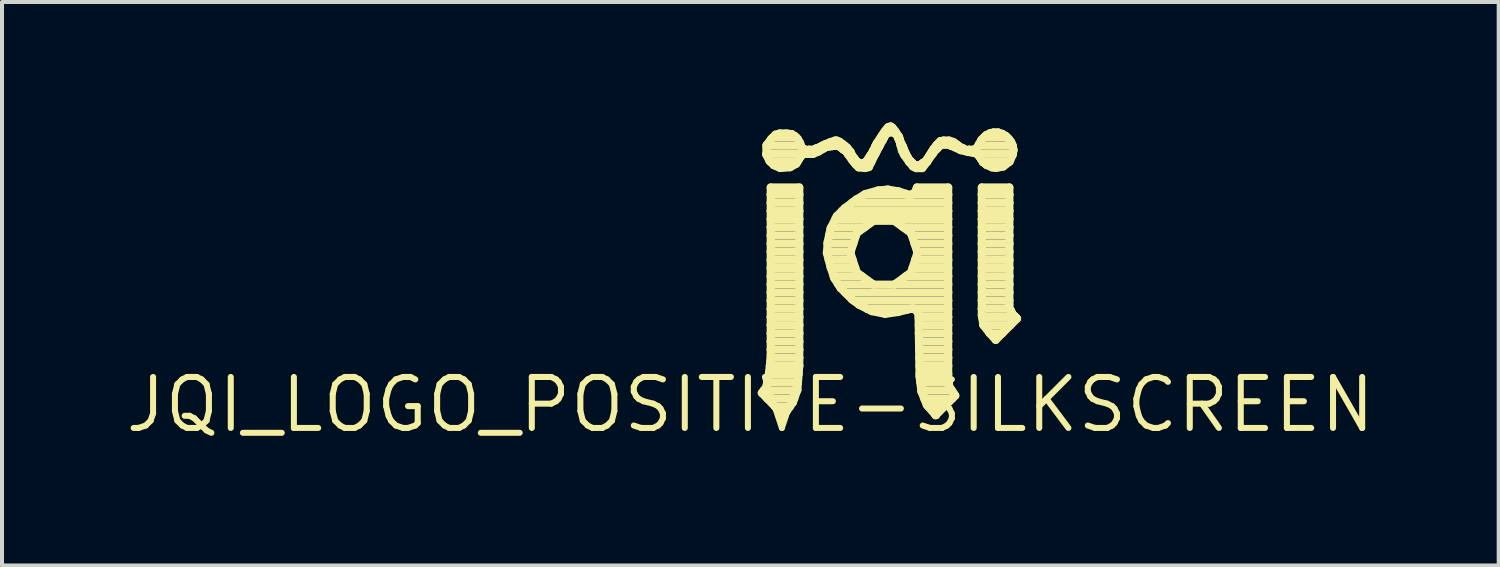
<source format=kicad_pcb>
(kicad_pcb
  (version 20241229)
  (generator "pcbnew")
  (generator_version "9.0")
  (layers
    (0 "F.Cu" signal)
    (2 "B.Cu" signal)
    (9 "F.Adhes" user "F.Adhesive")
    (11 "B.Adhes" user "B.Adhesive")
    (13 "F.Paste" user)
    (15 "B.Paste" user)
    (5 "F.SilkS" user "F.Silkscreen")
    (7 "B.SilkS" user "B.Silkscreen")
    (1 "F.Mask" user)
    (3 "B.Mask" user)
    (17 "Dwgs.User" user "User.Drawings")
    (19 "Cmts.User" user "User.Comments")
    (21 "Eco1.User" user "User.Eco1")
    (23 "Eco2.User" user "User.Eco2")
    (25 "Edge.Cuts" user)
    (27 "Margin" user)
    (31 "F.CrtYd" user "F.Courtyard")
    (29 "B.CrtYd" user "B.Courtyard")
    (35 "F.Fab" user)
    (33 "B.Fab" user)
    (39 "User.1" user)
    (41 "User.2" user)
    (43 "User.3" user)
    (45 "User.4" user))
  (footprint "JQI_LOGO_POSITIVE-SILKSCREEN"
    (layer "F.Cu")
    (at 15.64 7.03)
    (property "Reference" "JQI_LOGO_POSITIVE-SILKSCREEN" (at 0 0 0) (unlocked yes) (layer "F.SilkS") (effects (font (size 1.27 1.27) (thickness 0.15))))
    (fp_line (start 0.286 -0.292) (end 0.35 -0.374) (stroke (width 0.203) (type solid)) (layer "F.SilkS"))
    (fp_line (start 0.335 -0.356) (end 1.167 -0.356) (stroke (width 0.203) (type solid)) (layer "F.SilkS"))
    (fp_line (start 0.35 -0.374) (end 0.386 -0.398) (stroke (width 0.203) (type solid)) (layer "F.SilkS"))
    (fp_line (start 0.386 -0.398) (end 0.394 -0.43) (stroke (width 0.203) (type solid)) (layer "F.SilkS"))
    (fp_line (start 0.394 -0.43) (end 0.414 -0.457) (stroke (width 0.203) (type solid)) (layer "F.SilkS"))
    (fp_line (start 0.4 -6.242) (end 0.404 -6.245) (stroke (width 0.203) (type solid)) (layer "F.SilkS"))
    (fp_line (start 0.402 -6.222) (end 0.4 -6.242) (stroke (width 0.203) (type solid)) (layer "F.SilkS"))
    (fp_line (start 0.404 -6.245) (end 0.404 -6.248) (stroke (width 0.203) (type solid)) (layer "F.SilkS"))
    (fp_line (start 0.404 -6.248) (end 0.406 -6.251) (stroke (width 0.203) (type solid)) (layer "F.SilkS"))
    (fp_line (start 0.404 -6.248) (end 1.377 -6.248) (stroke (width 0.203) (type solid)) (layer "F.SilkS"))
    (fp_line (start 0.406 -6.468) (end 0.516 -6.614) (stroke (width 0.203) (type solid)) (layer "F.SilkS"))
    (fp_line (start 0.406 -6.452) (end 0.406 -6.468) (stroke (width 0.203) (type solid)) (layer "F.SilkS"))
    (fp_line (start 0.406 -6.452) (end 1.247 -6.452) (stroke (width 0.203) (type solid)) (layer "F.SilkS"))
    (fp_line (start 0.406 -6.395) (end 0.406 -6.452) (stroke (width 0.203) (type solid)) (layer "F.SilkS"))
    (fp_line (start 0.406 -6.322) (end 0.409 -6.392) (stroke (width 0.203) (type solid)) (layer "F.SilkS"))
    (fp_line (start 0.406 -6.251) (end 0.406 -6.322) (stroke (width 0.203) (type solid)) (layer "F.SilkS"))
    (fp_line (start 0.409 -6.392) (end 0.406 -6.395) (stroke (width 0.203) (type solid)) (layer "F.SilkS"))
    (fp_line (start 0.409 -0.499) (end 0.439 -0.636) (stroke (width 0.203) (type solid)) (layer "F.SilkS"))
    (fp_line (start 0.414 -0.457) (end 0.409 -0.499) (stroke (width 0.203) (type solid)) (layer "F.SilkS"))
    (fp_line (start 0.421 -0.152) (end 1.094 -0.152) (stroke (width 0.203) (type solid)) (layer "F.SilkS"))
    (fp_line (start 0.422 -0.559) (end 1.186 -0.559) (stroke (width 0.203) (type solid)) (layer "F.SilkS"))
    (fp_line (start 0.439 -0.636) (end 0.447 -0.643) (stroke (width 0.203) (type solid)) (layer "F.SilkS"))
    (fp_line (start 0.447 -0.643) (end 0.455 -0.707) (stroke (width 0.203) (type solid)) (layer "F.SilkS"))
    (fp_line (start 0.455 -0.707) (end 0.469 -0.77) (stroke (width 0.203) (type solid)) (layer "F.SilkS"))
    (fp_line (start 0.463 -0.779) (end 0.5 -1.086) (stroke (width 0.203) (type solid)) (layer "F.SilkS"))
    (fp_line (start 0.467 -0.762) (end 1.202 -0.762) (stroke (width 0.203) (type solid)) (layer "F.SilkS"))
    (fp_line (start 0.469 -0.77) (end 0.463 -0.779) (stroke (width 0.203) (type solid)) (layer "F.SilkS"))
    (fp_line (start 0.476 -6.074) (end 0.402 -6.222) (stroke (width 0.203) (type solid)) (layer "F.SilkS"))
    (fp_line (start 0.485 -0.965) (end 1.219 -0.965) (stroke (width 0.203) (type solid)) (layer "F.SilkS"))
    (fp_line (start 0.5 -1.086) (end 0.508 -1.095) (stroke (width 0.203) (type solid)) (layer "F.SilkS"))
    (fp_line (start 0.505 -6.045) (end 1.171 -6.045) (stroke (width 0.203) (type solid)) (layer "F.SilkS"))
    (fp_line (start 0.508 -5.41) (end 1.219 -5.41) (stroke (width 0.203) (type solid)) (layer "F.SilkS"))
    (fp_line (start 0.508 -5.232) (end 0.508 -5.41) (stroke (width 0.203) (type solid)) (layer "F.SilkS"))
    (fp_line (start 0.508 -5.232) (end 1.219 -5.232) (stroke (width 0.203) (type solid)) (layer "F.SilkS"))
    (fp_line (start 0.508 -5.029) (end 0.508 -5.232) (stroke (width 0.203) (type solid)) (layer "F.SilkS"))
    (fp_line (start 0.508 -5.029) (end 1.219 -5.029) (stroke (width 0.203) (type solid)) (layer "F.SilkS"))
    (fp_line (start 0.508 -4.826) (end 0.508 -5.029) (stroke (width 0.203) (type solid)) (layer "F.SilkS"))
    (fp_line (start 0.508 -4.826) (end 1.219 -4.826) (stroke (width 0.203) (type solid)) (layer "F.SilkS"))
    (fp_line (start 0.508 -4.623) (end 0.508 -4.826) (stroke (width 0.203) (type solid)) (layer "F.SilkS"))
    (fp_line (start 0.508 -4.623) (end 1.219 -4.623) (stroke (width 0.203) (type solid)) (layer "F.SilkS"))
    (fp_line (start 0.508 -4.42) (end 0.508 -4.623) (stroke (width 0.203) (type solid)) (layer "F.SilkS"))
    (fp_line (start 0.508 -4.42) (end 1.219 -4.42) (stroke (width 0.203) (type solid)) (layer "F.SilkS"))
    (fp_line (start 0.508 -4.216) (end 0.508 -4.42) (stroke (width 0.203) (type solid)) (layer "F.SilkS"))
    (fp_line (start 0.508 -4.216) (end 1.219 -4.216) (stroke (width 0.203) (type solid)) (layer "F.SilkS"))
    (fp_line (start 0.508 -4.013) (end 0.508 -4.216) (stroke (width 0.203) (type solid)) (layer "F.SilkS"))
    (fp_line (start 0.508 -4.013) (end 1.219 -4.013) (stroke (width 0.203) (type solid)) (layer "F.SilkS"))
    (fp_line (start 0.508 -3.81) (end 0.508 -4.013) (stroke (width 0.203) (type solid)) (layer "F.SilkS"))
    (fp_line (start 0.508 -3.81) (end 1.219 -3.81) (stroke (width 0.203) (type solid)) (layer "F.SilkS"))
    (fp_line (start 0.508 -3.607) (end 0.508 -3.81) (stroke (width 0.203) (type solid)) (layer "F.SilkS"))
    (fp_line (start 0.508 -3.607) (end 1.219 -3.607) (stroke (width 0.203) (type solid)) (layer "F.SilkS"))
    (fp_line (start 0.508 -3.404) (end 0.508 -3.607) (stroke (width 0.203) (type solid)) (layer "F.SilkS"))
    (fp_line (start 0.508 -3.404) (end 1.219 -3.404) (stroke (width 0.203) (type solid)) (layer "F.SilkS"))
    (fp_line (start 0.508 -3.2) (end 0.508 -3.404) (stroke (width 0.203) (type solid)) (layer "F.SilkS"))
    (fp_line (start 0.508 -3.2) (end 1.219 -3.2) (stroke (width 0.203) (type solid)) (layer "F.SilkS"))
    (fp_line (start 0.508 -2.997) (end 0.508 -3.2) (stroke (width 0.203) (type solid)) (layer "F.SilkS"))
    (fp_line (start 0.508 -2.997) (end 1.219 -2.997) (stroke (width 0.203) (type solid)) (layer "F.SilkS"))
    (fp_line (start 0.508 -2.794) (end 0.508 -2.997) (stroke (width 0.203) (type solid)) (layer "F.SilkS"))
    (fp_line (start 0.508 -2.794) (end 1.219 -2.794) (stroke (width 0.203) (type solid)) (layer "F.SilkS"))
    (fp_line (start 0.508 -2.591) (end 0.508 -2.794) (stroke (width 0.203) (type solid)) (layer "F.SilkS"))
    (fp_line (start 0.508 -2.591) (end 1.219 -2.591) (stroke (width 0.203) (type solid)) (layer "F.SilkS"))
    (fp_line (start 0.508 -2.388) (end 0.508 -2.591) (stroke (width 0.203) (type solid)) (layer "F.SilkS"))
    (fp_line (start 0.508 -2.388) (end 1.219 -2.388) (stroke (width 0.203) (type solid)) (layer "F.SilkS"))
    (fp_line (start 0.508 -2.184) (end 0.508 -2.388) (stroke (width 0.203) (type solid)) (layer "F.SilkS"))
    (fp_line (start 0.508 -2.184) (end 1.219 -2.184) (stroke (width 0.203) (type solid)) (layer "F.SilkS"))
    (fp_line (start 0.508 -1.981) (end 0.508 -2.184) (stroke (width 0.203) (type solid)) (layer "F.SilkS"))
    (fp_line (start 0.508 -1.981) (end 1.219 -1.981) (stroke (width 0.203) (type solid)) (layer "F.SilkS"))
    (fp_line (start 0.508 -1.778) (end 0.508 -1.981) (stroke (width 0.203) (type solid)) (layer "F.SilkS"))
    (fp_line (start 0.508 -1.778) (end 1.219 -1.778) (stroke (width 0.203) (type solid)) (layer "F.SilkS"))
    (fp_line (start 0.508 -1.575) (end 0.508 -1.778) (stroke (width 0.203) (type solid)) (layer "F.SilkS"))
    (fp_line (start 0.508 -1.575) (end 1.219 -1.575) (stroke (width 0.203) (type solid)) (layer "F.SilkS"))
    (fp_line (start 0.508 -1.372) (end 0.508 -1.575) (stroke (width 0.203) (type solid)) (layer "F.SilkS"))
    (fp_line (start 0.508 -1.372) (end 1.219 -1.372) (stroke (width 0.203) (type solid)) (layer "F.SilkS"))
    (fp_line (start 0.508 -1.23) (end 0.508 -1.372) (stroke (width 0.203) (type solid)) (layer "F.SilkS"))
    (fp_line (start 0.508 -1.158) (end 0.515 -1.221) (stroke (width 0.203) (type solid)) (layer "F.SilkS"))
    (fp_line (start 0.508 -1.095) (end 0.508 -1.158) (stroke (width 0.203) (type solid)) (layer "F.SilkS"))
    (fp_line (start 0.509 -1.168) (end 1.219 -1.168) (stroke (width 0.203) (type solid)) (layer "F.SilkS"))
    (fp_line (start 0.515 -1.221) (end 0.508 -1.23) (stroke (width 0.203) (type solid)) (layer "F.SilkS"))
    (fp_line (start 0.516 -6.614) (end 0.626 -6.725) (stroke (width 0.203) (type solid)) (layer "F.SilkS"))
    (fp_line (start 0.556 -6.655) (end 1.146 -6.655) (stroke (width 0.203) (type solid)) (layer "F.SilkS"))
    (fp_line (start 0.585 -5.966) (end 0.476 -6.074) (stroke (width 0.203) (type solid)) (layer "F.SilkS"))
    (fp_line (start 0.618 0.051) (end 0.984 0.051) (stroke (width 0.203) (type solid)) (layer "F.SilkS"))
    (fp_line (start 0.626 -6.725) (end 0.736 -6.756) (stroke (width 0.203) (type solid)) (layer "F.SilkS"))
    (fp_line (start 0.736 -6.756) (end 0.902 -6.756) (stroke (width 0.203) (type solid)) (layer "F.SilkS"))
    (fp_line (start 0.742 -5.896) (end 0.585 -5.966) (stroke (width 0.203) (type solid)) (layer "F.SilkS"))
    (fp_line (start 0.814 0.254) (end 0.824 0.254) (stroke (width 0.203) (type solid)) (layer "F.SilkS"))
    (fp_line (start 0.82 0.259) (end 0.286 -0.292) (stroke (width 0.203) (type solid)) (layer "F.SilkS"))
    (fp_line (start 0.902 -6.756) (end 1.032 -6.738) (stroke (width 0.203) (type solid)) (layer "F.SilkS"))
    (fp_line (start 0.902 0.168) (end 0.82 0.259) (stroke (width 0.203) (type solid)) (layer "F.SilkS"))
    (fp_line (start 0.989 -5.915) (end 0.742 -5.896) (stroke (width 0.203) (type solid)) (layer "F.SilkS"))
    (fp_line (start 1.032 -6.738) (end 1.109 -6.691) (stroke (width 0.203) (type solid)) (layer "F.SilkS"))
    (fp_line (start 1.06 -0.057) (end 0.902 0.168) (stroke (width 0.203) (type solid)) (layer "F.SilkS"))
    (fp_line (start 1.109 -6.691) (end 1.146 -6.655) (stroke (width 0.203) (type solid)) (layer "F.SilkS"))
    (fp_line (start 1.143 -6) (end 0.989 -5.915) (stroke (width 0.203) (type solid)) (layer "F.SilkS"))
    (fp_line (start 1.146 -6.655) (end 1.18 -6.621) (stroke (width 0.203) (type solid)) (layer "F.SilkS"))
    (fp_line (start 1.171 -0.368) (end 1.06 -0.057) (stroke (width 0.203) (type solid)) (layer "F.SilkS"))
    (fp_line (start 1.18 -6.621) (end 1.234 -6.529) (stroke (width 0.203) (type solid)) (layer "F.SilkS"))
    (fp_line (start 1.219 -6.144) (end 1.219 -6.122) (stroke (width 0.203) (type solid)) (layer "F.SilkS"))
    (fp_line (start 1.219 -6.122) (end 1.143 -6) (stroke (width 0.203) (type solid)) (layer "F.SilkS"))
    (fp_line (start 1.219 -5.41) (end 1.219 -5.232) (stroke (width 0.203) (type solid)) (layer "F.SilkS"))
    (fp_line (start 1.219 -5.232) (end 1.219 -5.029) (stroke (width 0.203) (type solid)) (layer "F.SilkS"))
    (fp_line (start 1.219 -5.029) (end 1.219 -4.826) (stroke (width 0.203) (type solid)) (layer "F.SilkS"))
    (fp_line (start 1.219 -4.826) (end 1.219 -4.623) (stroke (width 0.203) (type solid)) (layer "F.SilkS"))
    (fp_line (start 1.219 -4.623) (end 1.219 -4.42) (stroke (width 0.203) (type solid)) (layer "F.SilkS"))
    (fp_line (start 1.219 -4.42) (end 1.219 -4.216) (stroke (width 0.203) (type solid)) (layer "F.SilkS"))
    (fp_line (start 1.219 -4.216) (end 1.219 -4.013) (stroke (width 0.203) (type solid)) (layer "F.SilkS"))
    (fp_line (start 1.219 -4.013) (end 1.219 -3.81) (stroke (width 0.203) (type solid)) (layer "F.SilkS"))
    (fp_line (start 1.219 -3.81) (end 1.219 -3.607) (stroke (width 0.203) (type solid)) (layer "F.SilkS"))
    (fp_line (start 1.219 -3.607) (end 1.219 -3.404) (stroke (width 0.203) (type solid)) (layer "F.SilkS"))
    (fp_line (start 1.219 -3.404) (end 1.219 -3.2) (stroke (width 0.203) (type solid)) (layer "F.SilkS"))
    (fp_line (start 1.219 -3.2) (end 1.219 -2.997) (stroke (width 0.203) (type solid)) (layer "F.SilkS"))
    (fp_line (start 1.219 -2.997) (end 1.219 -2.794) (stroke (width 0.203) (type solid)) (layer "F.SilkS"))
    (fp_line (start 1.219 -2.794) (end 1.219 -2.591) (stroke (width 0.203) (type solid)) (layer "F.SilkS"))
    (fp_line (start 1.219 -2.591) (end 1.219 -2.388) (stroke (width 0.203) (type solid)) (layer "F.SilkS"))
    (fp_line (start 1.219 -2.388) (end 1.219 -2.184) (stroke (width 0.203) (type solid)) (layer "F.SilkS"))
    (fp_line (start 1.219 -2.184) (end 1.219 -1.981) (stroke (width 0.203) (type solid)) (layer "F.SilkS"))
    (fp_line (start 1.219 -1.981) (end 1.219 -1.778) (stroke (width 0.203) (type solid)) (layer "F.SilkS"))
    (fp_line (start 1.219 -1.778) (end 1.219 -1.575) (stroke (width 0.203) (type solid)) (layer "F.SilkS"))
    (fp_line (start 1.219 -1.575) (end 1.219 -1.372) (stroke (width 0.203) (type solid)) (layer "F.SilkS"))
    (fp_line (start 1.219 -1.372) (end 1.219 -1.168) (stroke (width 0.203) (type solid)) (layer "F.SilkS"))
    (fp_line (start 1.219 -1.168) (end 1.219 -0.972) (stroke (width 0.203) (type solid)) (layer "F.SilkS"))
    (fp_line (start 1.219 -0.972) (end 1.171 -0.368) (stroke (width 0.203) (type solid)) (layer "F.SilkS"))
    (fp_line (start 1.234 -6.529) (end 1.245 -6.499) (stroke (width 0.203) (type solid)) (layer "F.SilkS"))
    (fp_line (start 1.245 -6.499) (end 1.245 -6.454) (stroke (width 0.203) (type solid)) (layer "F.SilkS"))
    (fp_line (start 1.245 -6.454) (end 1.267 -6.432) (stroke (width 0.203) (type solid)) (layer "F.SilkS"))
    (fp_line (start 1.257 -6.182) (end 1.219 -6.144) (stroke (width 0.203) (type solid)) (layer "F.SilkS"))
    (fp_line (start 1.267 -6.432) (end 1.277 -6.402) (stroke (width 0.203) (type solid)) (layer "F.SilkS"))
    (fp_line (start 1.277 -6.402) (end 1.317 -6.382) (stroke (width 0.203) (type solid)) (layer "F.SilkS"))
    (fp_line (start 1.285 -6.227) (end 1.257 -6.182) (stroke (width 0.203) (type solid)) (layer "F.SilkS"))
    (fp_line (start 1.307 -6.232) (end 1.285 -6.227) (stroke (width 0.203) (type solid)) (layer "F.SilkS"))
    (fp_line (start 1.317 -6.382) (end 1.349 -6.35) (stroke (width 0.203) (type solid)) (layer "F.SilkS"))
    (fp_line (start 1.323 -6.248) (end 1.307 -6.232) (stroke (width 0.203) (type solid)) (layer "F.SilkS"))
    (fp_line (start 1.349 -6.35) (end 1.38 -6.35) (stroke (width 0.203) (type solid)) (layer "F.SilkS"))
    (fp_line (start 1.377 -6.248) (end 1.323 -6.248) (stroke (width 0.203) (type solid)) (layer "F.SilkS"))
    (fp_line (start 1.38 -6.35) (end 1.409 -6.336) (stroke (width 0.203) (type solid)) (layer "F.SilkS"))
    (fp_line (start 1.409 -6.336) (end 1.451 -6.35) (stroke (width 0.203) (type solid)) (layer "F.SilkS"))
    (fp_line (start 1.429 -6.26) (end 1.377 -6.248) (stroke (width 0.203) (type solid)) (layer "F.SilkS"))
    (fp_line (start 1.448 -6.248) (end 1.429 -6.26) (stroke (width 0.203) (type solid)) (layer "F.SilkS"))
    (fp_line (start 1.448 -6.248) (end 1.564 -6.248) (stroke (width 0.203) (type solid)) (layer "F.SilkS"))
    (fp_line (start 1.451 -6.35) (end 1.488 -6.35) (stroke (width 0.203) (type solid)) (layer "F.SilkS"))
    (fp_line (start 1.488 -6.35) (end 1.522 -6.335) (stroke (width 0.203) (type solid)) (layer "F.SilkS"))
    (fp_line (start 1.522 -6.335) (end 1.558 -6.35) (stroke (width 0.203) (type solid)) (layer "F.SilkS"))
    (fp_line (start 1.558 -6.35) (end 1.598 -6.35) (stroke (width 0.203) (type solid)) (layer "F.SilkS"))
    (fp_line (start 1.598 -6.35) (end 1.624 -6.376) (stroke (width 0.203) (type solid)) (layer "F.SilkS"))
    (fp_line (start 1.624 -6.376) (end 1.657 -6.389) (stroke (width 0.203) (type solid)) (layer "F.SilkS"))
    (fp_line (start 1.657 -6.389) (end 1.665 -6.387) (stroke (width 0.203) (type solid)) (layer "F.SilkS"))
    (fp_line (start 1.665 -6.387) (end 1.724 -6.416) (stroke (width 0.203) (type solid)) (layer "F.SilkS"))
    (fp_line (start 1.699 -6.306) (end 1.564 -6.248) (stroke (width 0.203) (type solid)) (layer "F.SilkS"))
    (fp_line (start 1.724 -6.416) (end 1.785 -6.441) (stroke (width 0.203) (type solid)) (layer "F.SilkS"))
    (fp_line (start 1.785 -6.441) (end 1.789 -6.449) (stroke (width 0.203) (type solid)) (layer "F.SilkS"))
    (fp_line (start 1.789 -6.449) (end 1.876 -6.492) (stroke (width 0.203) (type solid)) (layer "F.SilkS"))
    (fp_line (start 1.795 -6.452) (end 2.121 -6.452) (stroke (width 0.203) (type solid)) (layer "F.SilkS"))
    (fp_line (start 1.836 -6.385) (end 1.699 -6.306) (stroke (width 0.203) (type solid)) (layer "F.SilkS"))
    (fp_line (start 1.858 -6.414) (end 1.836 -6.385) (stroke (width 0.203) (type solid)) (layer "F.SilkS"))
    (fp_line (start 1.876 -6.492) (end 1.992 -6.539) (stroke (width 0.203) (type solid)) (layer "F.SilkS"))
    (fp_line (start 1.897 -6.42) (end 1.858 -6.414) (stroke (width 0.203) (type solid)) (layer "F.SilkS"))
    (fp_line (start 1.907 -3.776) (end 1.925 -4.013) (stroke (width 0.203) (type solid)) (layer "F.SilkS"))
    (fp_line (start 1.909 -3.81) (end 2.499 -3.81) (stroke (width 0.203) (type solid)) (layer "F.SilkS"))
    (fp_line (start 1.925 -4.013) (end 1.929 -4.064) (stroke (width 0.203) (type solid)) (layer "F.SilkS"))
    (fp_line (start 1.925 -4.013) (end 2.565 -4.013) (stroke (width 0.203) (type solid)) (layer "F.SilkS"))
    (fp_line (start 1.929 -4.064) (end 1.998 -4.386) (stroke (width 0.203) (type solid)) (layer "F.SilkS"))
    (fp_line (start 1.931 -6.439) (end 1.897 -6.42) (stroke (width 0.203) (type solid)) (layer "F.SilkS"))
    (fp_line (start 1.952 -3.607) (end 2.548 -3.607) (stroke (width 0.203) (type solid)) (layer "F.SilkS"))
    (fp_line (start 1.962 -4.216) (end 2.631 -4.216) (stroke (width 0.203) (type solid)) (layer "F.SilkS"))
    (fp_line (start 1.967 -6.43) (end 1.931 -6.439) (stroke (width 0.203) (type solid)) (layer "F.SilkS"))
    (fp_line (start 1.992 -6.539) (end 2.112 -6.579) (stroke (width 0.203) (type solid)) (layer "F.SilkS"))
    (fp_line (start 1.998 -4.386) (end 2.153 -4.695) (stroke (width 0.203) (type solid)) (layer "F.SilkS"))
    (fp_line (start 1.999 -3.429) (end 1.907 -3.776) (stroke (width 0.203) (type solid)) (layer "F.SilkS"))
    (fp_line (start 2.008 -3.404) (end 2.615 -3.404) (stroke (width 0.203) (type solid)) (layer "F.SilkS"))
    (fp_line (start 2.015 -4.42) (end 2.848 -4.42) (stroke (width 0.203) (type solid)) (layer "F.SilkS"))
    (fp_line (start 2.039 -6.44) (end 1.967 -6.43) (stroke (width 0.203) (type solid)) (layer "F.SilkS"))
    (fp_line (start 2.041 -6.442) (end 2.039 -6.44) (stroke (width 0.203) (type solid)) (layer "F.SilkS"))
    (fp_line (start 2.075 -3.2) (end 2.778 -3.2) (stroke (width 0.203) (type solid)) (layer "F.SilkS"))
    (fp_line (start 2.092 -3.15) (end 1.999 -3.429) (stroke (width 0.203) (type solid)) (layer "F.SilkS"))
    (fp_line (start 2.111 -6.45) (end 2.041 -6.442) (stroke (width 0.203) (type solid)) (layer "F.SilkS"))
    (fp_line (start 2.112 -6.579) (end 2.15 -6.579) (stroke (width 0.203) (type solid)) (layer "F.SilkS"))
    (fp_line (start 2.116 -4.623) (end 4.928 -4.623) (stroke (width 0.203) (type solid)) (layer "F.SilkS"))
    (fp_line (start 2.15 -6.579) (end 2.224 -6.549) (stroke (width 0.203) (type solid)) (layer "F.SilkS"))
    (fp_line (start 2.153 -4.695) (end 2.352 -4.894) (stroke (width 0.203) (type solid)) (layer "F.SilkS"))
    (fp_line (start 2.181 -6.46) (end 2.111 -6.45) (stroke (width 0.203) (type solid)) (layer "F.SilkS"))
    (fp_line (start 2.184 -6.458) (end 2.181 -6.46) (stroke (width 0.203) (type solid)) (layer "F.SilkS"))
    (fp_line (start 2.187 -6.459) (end 2.184 -6.458) (stroke (width 0.203) (type solid)) (layer "F.SilkS"))
    (fp_line (start 2.19 -2.997) (end 3.057 -2.997) (stroke (width 0.203) (type solid)) (layer "F.SilkS"))
    (fp_line (start 2.196 -6.452) (end 2.351 -6.452) (stroke (width 0.203) (type solid)) (layer "F.SilkS"))
    (fp_line (start 2.224 -6.549) (end 2.304 -6.489) (stroke (width 0.203) (type solid)) (layer "F.SilkS"))
    (fp_line (start 2.243 -6.414) (end 2.187 -6.459) (stroke (width 0.203) (type solid)) (layer "F.SilkS"))
    (fp_line (start 2.248 -2.906) (end 2.092 -3.15) (stroke (width 0.203) (type solid)) (layer "F.SilkS"))
    (fp_line (start 2.283 -4.826) (end 4.928 -4.826) (stroke (width 0.203) (type solid)) (layer "F.SilkS"))
    (fp_line (start 2.299 -6.372) (end 2.243 -6.414) (stroke (width 0.203) (type solid)) (layer "F.SilkS"))
    (fp_line (start 2.3 -6.369) (end 2.299 -6.372) (stroke (width 0.203) (type solid)) (layer "F.SilkS"))
    (fp_line (start 2.304 -6.489) (end 2.413 -6.401) (stroke (width 0.203) (type solid)) (layer "F.SilkS"))
    (fp_line (start 2.336 -6.34) (end 2.3 -6.369) (stroke (width 0.203) (type solid)) (layer "F.SilkS"))
    (fp_line (start 2.352 -4.894) (end 2.639 -5.11) (stroke (width 0.203) (type solid)) (layer "F.SilkS"))
    (fp_line (start 2.36 -2.794) (end 4.928 -2.794) (stroke (width 0.203) (type solid)) (layer "F.SilkS"))
    (fp_line (start 2.362 -6.335) (end 2.336 -6.34) (stroke (width 0.203) (type solid)) (layer "F.SilkS"))
    (fp_line (start 2.391 -6.296) (end 2.362 -6.335) (stroke (width 0.203) (type solid)) (layer "F.SilkS"))
    (fp_line (start 2.413 -6.401) (end 2.491 -6.304) (stroke (width 0.203) (type solid)) (layer "F.SilkS"))
    (fp_line (start 2.429 -6.265) (end 2.391 -6.296) (stroke (width 0.203) (type solid)) (layer "F.SilkS"))
    (fp_line (start 2.431 -6.248) (end 2.508 -6.248) (stroke (width 0.203) (type solid)) (layer "F.SilkS"))
    (fp_line (start 2.432 -6.238) (end 2.429 -6.265) (stroke (width 0.203) (type solid)) (layer "F.SilkS"))
    (fp_line (start 2.491 -3.785) (end 2.651 -3.293) (stroke (width 0.203) (type solid)) (layer "F.SilkS"))
    (fp_line (start 2.491 -6.304) (end 2.509 -6.269) (stroke (width 0.203) (type solid)) (layer "F.SilkS"))
    (fp_line (start 2.506 -6.251) (end 2.541 -6.205) (stroke (width 0.203) (type solid)) (layer "F.SilkS"))
    (fp_line (start 2.509 -6.269) (end 2.506 -6.251) (stroke (width 0.203) (type solid)) (layer "F.SilkS"))
    (fp_line (start 2.529 -6.102) (end 2.432 -6.238) (stroke (width 0.203) (type solid)) (layer "F.SilkS"))
    (fp_line (start 2.53 -2.624) (end 2.248 -2.906) (stroke (width 0.203) (type solid)) (layer "F.SilkS"))
    (fp_line (start 2.531 -5.029) (end 4.928 -5.029) (stroke (width 0.203) (type solid)) (layer "F.SilkS"))
    (fp_line (start 2.541 -6.205) (end 2.566 -6.154) (stroke (width 0.203) (type solid)) (layer "F.SilkS"))
    (fp_line (start 2.566 -6.154) (end 2.583 -6.148) (stroke (width 0.203) (type solid)) (layer "F.SilkS"))
    (fp_line (start 2.574 -2.591) (end 4.928 -2.591) (stroke (width 0.203) (type solid)) (layer "F.SilkS"))
    (fp_line (start 2.575 -6.045) (end 2.661 -6.045) (stroke (width 0.203) (type solid)) (layer "F.SilkS"))
    (fp_line (start 2.583 -6.148) (end 2.602 -6.123) (stroke (width 0.203) (type solid)) (layer "F.SilkS"))
    (fp_line (start 2.602 -6.123) (end 2.609 -6.09) (stroke (width 0.203) (type solid)) (layer "F.SilkS"))
    (fp_line (start 2.609 -6.09) (end 2.645 -6.067) (stroke (width 0.203) (type solid)) (layer "F.SilkS"))
    (fp_line (start 2.622 -5.986) (end 2.529 -6.102) (stroke (width 0.203) (type solid)) (layer "F.SilkS"))
    (fp_line (start 2.639 -5.11) (end 2.865 -5.246) (stroke (width 0.203) (type solid)) (layer "F.SilkS"))
    (fp_line (start 2.645 -6.067) (end 2.671 -6.032) (stroke (width 0.203) (type solid)) (layer "F.SilkS"))
    (fp_line (start 2.651 -4.276) (end 2.491 -3.785) (stroke (width 0.203) (type solid)) (layer "F.SilkS"))
    (fp_line (start 2.651 -3.293) (end 3.069 -2.989) (stroke (width 0.203) (type solid)) (layer "F.SilkS"))
    (fp_line (start 2.671 -6.032) (end 2.704 -6.027) (stroke (width 0.203) (type solid)) (layer "F.SilkS"))
    (fp_line (start 2.697 -5.911) (end 2.622 -5.986) (stroke (width 0.203) (type solid)) (layer "F.SilkS"))
    (fp_line (start 2.704 -6.027) (end 2.731 -6.009) (stroke (width 0.203) (type solid)) (layer "F.SilkS"))
    (fp_line (start 2.71 -2.489) (end 2.53 -2.624) (stroke (width 0.203) (type solid)) (layer "F.SilkS"))
    (fp_line (start 2.731 -6.009) (end 2.774 -6.017) (stroke (width 0.203) (type solid)) (layer "F.SilkS"))
    (fp_line (start 2.774 -6.017) (end 2.816 -6.011) (stroke (width 0.203) (type solid)) (layer "F.SilkS"))
    (fp_line (start 2.816 -6.011) (end 2.843 -6.031) (stroke (width 0.203) (type solid)) (layer "F.SilkS"))
    (fp_line (start 2.843 -6.031) (end 2.876 -6.038) (stroke (width 0.203) (type solid)) (layer "F.SilkS"))
    (fp_line (start 2.843 -5.232) (end 3.889 -5.232) (stroke (width 0.203) (type solid)) (layer "F.SilkS"))
    (fp_line (start 2.857 -5.895) (end 2.697 -5.911) (stroke (width 0.203) (type solid)) (layer "F.SilkS"))
    (fp_line (start 2.865 -5.246) (end 3.182 -5.336) (stroke (width 0.203) (type solid)) (layer "F.SilkS"))
    (fp_line (start 2.876 -6.038) (end 2.9 -6.074) (stroke (width 0.203) (type solid)) (layer "F.SilkS"))
    (fp_line (start 2.881 -6.045) (end 3.014 -6.045) (stroke (width 0.203) (type solid)) (layer "F.SilkS"))
    (fp_line (start 2.9 -6.074) (end 2.934 -6.099) (stroke (width 0.203) (type solid)) (layer "F.SilkS"))
    (fp_line (start 2.912 -2.388) (end 2.71 -2.489) (stroke (width 0.203) (type solid)) (layer "F.SilkS"))
    (fp_line (start 2.912 -2.388) (end 3.991 -2.388) (stroke (width 0.203) (type solid)) (layer "F.SilkS"))
    (fp_line (start 2.934 -6.099) (end 2.939 -6.133) (stroke (width 0.203) (type solid)) (layer "F.SilkS"))
    (fp_line (start 2.939 -6.133) (end 2.984 -6.201) (stroke (width 0.203) (type solid)) (layer "F.SilkS"))
    (fp_line (start 2.951 -5.918) (end 2.857 -5.895) (stroke (width 0.203) (type solid)) (layer "F.SilkS"))
    (fp_line (start 2.984 -6.201) (end 2.996 -6.205) (stroke (width 0.203) (type solid)) (layer "F.SilkS"))
    (fp_line (start 2.996 -6.205) (end 3.018 -6.248) (stroke (width 0.203) (type solid)) (layer "F.SilkS"))
    (fp_line (start 3.018 -6.248) (end 3.024 -6.261) (stroke (width 0.203) (type solid)) (layer "F.SilkS"))
    (fp_line (start 3.018 -6.248) (end 3.116 -6.248) (stroke (width 0.203) (type solid)) (layer "F.SilkS"))
    (fp_line (start 3.024 -6.261) (end 3.059 -6.313) (stroke (width 0.203) (type solid)) (layer "F.SilkS"))
    (fp_line (start 3.03 -2.329) (end 2.912 -2.388) (stroke (width 0.203) (type solid)) (layer "F.SilkS"))
    (fp_line (start 3.057 -6.325) (end 3.12 -6.452) (stroke (width 0.203) (type solid)) (layer "F.SilkS"))
    (fp_line (start 3.059 -6.313) (end 3.057 -6.325) (stroke (width 0.203) (type solid)) (layer "F.SilkS"))
    (fp_line (start 3.069 -4.58) (end 2.651 -4.276) (stroke (width 0.203) (type solid)) (layer "F.SilkS"))
    (fp_line (start 3.069 -2.989) (end 3.586 -2.989) (stroke (width 0.203) (type solid)) (layer "F.SilkS"))
    (fp_line (start 3.12 -6.452) (end 3.151 -6.515) (stroke (width 0.203) (type solid)) (layer "F.SilkS"))
    (fp_line (start 3.12 -6.452) (end 3.223 -6.452) (stroke (width 0.203) (type solid)) (layer "F.SilkS"))
    (fp_line (start 3.136 -6.296) (end 3.137 -6.292) (stroke (width 0.203) (type solid)) (layer "F.SilkS"))
    (fp_line (start 3.137 -6.292) (end 2.951 -5.918) (stroke (width 0.203) (type solid)) (layer "F.SilkS"))
    (fp_line (start 3.151 -6.515) (end 3.288 -6.719) (stroke (width 0.203) (type solid)) (layer "F.SilkS"))
    (fp_line (start 3.17 -6.357) (end 3.136 -6.296) (stroke (width 0.203) (type solid)) (layer "F.SilkS"))
    (fp_line (start 3.182 -5.336) (end 3.422 -5.358) (stroke (width 0.203) (type solid)) (layer "F.SilkS"))
    (fp_line (start 3.201 -6.419) (end 3.17 -6.357) (stroke (width 0.203) (type solid)) (layer "F.SilkS"))
    (fp_line (start 3.206 -6.421) (end 3.201 -6.419) (stroke (width 0.203) (type solid)) (layer "F.SilkS"))
    (fp_line (start 3.245 -6.655) (end 3.332 -6.655) (stroke (width 0.203) (type solid)) (layer "F.SilkS"))
    (fp_line (start 3.288 -6.719) (end 3.344 -6.804) (stroke (width 0.203) (type solid)) (layer "F.SilkS"))
    (fp_line (start 3.297 -6.585) (end 3.206 -6.421) (stroke (width 0.203) (type solid)) (layer "F.SilkS"))
    (fp_line (start 3.344 -6.679) (end 3.297 -6.585) (stroke (width 0.203) (type solid)) (layer "F.SilkS"))
    (fp_line (start 3.344 -6.804) (end 3.424 -6.903) (stroke (width 0.203) (type solid)) (layer "F.SilkS"))
    (fp_line (start 3.358 -2.263) (end 3.03 -2.329) (stroke (width 0.203) (type solid)) (layer "F.SilkS"))
    (fp_line (start 3.371 -6.742) (end 3.344 -6.679) (stroke (width 0.203) (type solid)) (layer "F.SilkS"))
    (fp_line (start 3.376 -6.744) (end 3.371 -6.742) (stroke (width 0.203) (type solid)) (layer "F.SilkS"))
    (fp_line (start 3.379 -6.749) (end 3.376 -6.744) (stroke (width 0.203) (type solid)) (layer "F.SilkS"))
    (fp_line (start 3.388 -6.858) (end 3.572 -6.858) (stroke (width 0.203) (type solid)) (layer "F.SilkS"))
    (fp_line (start 3.422 -5.358) (end 3.691 -5.313) (stroke (width 0.203) (type solid)) (layer "F.SilkS"))
    (fp_line (start 3.424 -6.903) (end 3.448 -6.919) (stroke (width 0.203) (type solid)) (layer "F.SilkS"))
    (fp_line (start 3.444 -6.771) (end 3.379 -6.749) (stroke (width 0.203) (type solid)) (layer "F.SilkS"))
    (fp_line (start 3.448 -6.919) (end 3.494 -6.928) (stroke (width 0.203) (type solid)) (layer "F.SilkS"))
    (fp_line (start 3.494 -6.928) (end 3.503 -6.926) (stroke (width 0.203) (type solid)) (layer "F.SilkS"))
    (fp_line (start 3.503 -6.926) (end 3.536 -6.903) (stroke (width 0.203) (type solid)) (layer "F.SilkS"))
    (fp_line (start 3.507 -6.796) (end 3.444 -6.771) (stroke (width 0.203) (type solid)) (layer "F.SilkS"))
    (fp_line (start 3.513 -6.794) (end 3.507 -6.796) (stroke (width 0.203) (type solid)) (layer "F.SilkS"))
    (fp_line (start 3.519 -6.796) (end 3.513 -6.794) (stroke (width 0.203) (type solid)) (layer "F.SilkS"))
    (fp_line (start 3.536 -6.903) (end 3.616 -6.804) (stroke (width 0.203) (type solid)) (layer "F.SilkS"))
    (fp_line (start 3.58 -6.765) (end 3.519 -6.796) (stroke (width 0.203) (type solid)) (layer "F.SilkS"))
    (fp_line (start 3.586 -4.58) (end 3.069 -4.58) (stroke (width 0.203) (type solid)) (layer "F.SilkS"))
    (fp_line (start 3.586 -2.989) (end 4.004 -3.293) (stroke (width 0.203) (type solid)) (layer "F.SilkS"))
    (fp_line (start 3.598 -2.997) (end 4.928 -2.997) (stroke (width 0.203) (type solid)) (layer "F.SilkS"))
    (fp_line (start 3.616 -6.804) (end 3.7 -6.678) (stroke (width 0.203) (type solid)) (layer "F.SilkS"))
    (fp_line (start 3.643 -6.738) (end 3.58 -6.765) (stroke (width 0.203) (type solid)) (layer "F.SilkS"))
    (fp_line (start 3.645 -6.733) (end 3.643 -6.738) (stroke (width 0.203) (type solid)) (layer "F.SilkS"))
    (fp_line (start 3.651 -6.73) (end 3.645 -6.733) (stroke (width 0.203) (type solid)) (layer "F.SilkS"))
    (fp_line (start 3.672 -6.665) (end 3.651 -6.73) (stroke (width 0.203) (type solid)) (layer "F.SilkS"))
    (fp_line (start 3.674 -2.308) (end 3.358 -2.263) (stroke (width 0.203) (type solid)) (layer "F.SilkS"))
    (fp_line (start 3.676 -6.655) (end 3.707 -6.655) (stroke (width 0.203) (type solid)) (layer "F.SilkS"))
    (fp_line (start 3.691 -5.313) (end 3.866 -5.255) (stroke (width 0.203) (type solid)) (layer "F.SilkS"))
    (fp_line (start 3.699 -6.599) (end 3.672 -6.665) (stroke (width 0.203) (type solid)) (layer "F.SilkS"))
    (fp_line (start 3.7 -6.678) (end 3.724 -6.604) (stroke (width 0.203) (type solid)) (layer "F.SilkS"))
    (fp_line (start 3.711 -6.592) (end 3.699 -6.599) (stroke (width 0.203) (type solid)) (layer "F.SilkS"))
    (fp_line (start 3.72 -6.59) (end 3.747 -6.536) (stroke (width 0.203) (type solid)) (layer "F.SilkS"))
    (fp_line (start 3.724 -6.604) (end 3.72 -6.59) (stroke (width 0.203) (type solid)) (layer "F.SilkS"))
    (fp_line (start 3.726 -6.532) (end 3.711 -6.592) (stroke (width 0.203) (type solid)) (layer "F.SilkS"))
    (fp_line (start 3.743 -6.462) (end 3.748 -6.475) (stroke (width 0.203) (type solid)) (layer "F.SilkS"))
    (fp_line (start 3.746 -6.452) (end 3.789 -6.452) (stroke (width 0.203) (type solid)) (layer "F.SilkS"))
    (fp_line (start 3.747 -6.536) (end 3.766 -6.478) (stroke (width 0.203) (type solid)) (layer "F.SilkS"))
    (fp_line (start 3.748 -6.475) (end 3.726 -6.532) (stroke (width 0.203) (type solid)) (layer "F.SilkS"))
    (fp_line (start 3.766 -6.478) (end 3.779 -6.471) (stroke (width 0.203) (type solid)) (layer "F.SilkS"))
    (fp_line (start 3.775 -6.336) (end 3.743 -6.462) (stroke (width 0.203) (type solid)) (layer "F.SilkS"))
    (fp_line (start 3.779 -6.471) (end 3.8 -6.429) (stroke (width 0.203) (type solid)) (layer "F.SilkS"))
    (fp_line (start 3.8 -6.429) (end 3.824 -6.37) (stroke (width 0.203) (type solid)) (layer "F.SilkS"))
    (fp_line (start 3.807 -4.42) (end 4.928 -4.42) (stroke (width 0.203) (type solid)) (layer "F.SilkS"))
    (fp_line (start 3.818 -6.248) (end 3.873 -6.248) (stroke (width 0.203) (type solid)) (layer "F.SilkS"))
    (fp_line (start 3.821 -6.362) (end 3.851 -6.303) (stroke (width 0.203) (type solid)) (layer "F.SilkS"))
    (fp_line (start 3.824 -6.37) (end 3.821 -6.362) (stroke (width 0.203) (type solid)) (layer "F.SilkS"))
    (fp_line (start 3.836 -6.213) (end 3.775 -6.336) (stroke (width 0.203) (type solid)) (layer "F.SilkS"))
    (fp_line (start 3.851 -6.303) (end 3.876 -6.241) (stroke (width 0.203) (type solid)) (layer "F.SilkS"))
    (fp_line (start 3.866 -5.255) (end 3.889 -5.232) (stroke (width 0.203) (type solid)) (layer "F.SilkS"))
    (fp_line (start 3.875 -6.237) (end 3.91 -6.184) (stroke (width 0.203) (type solid)) (layer "F.SilkS"))
    (fp_line (start 3.876 -6.241) (end 3.876 -6.241) (stroke (width 0.203) (type solid)) (layer "F.SilkS"))
    (fp_line (start 3.876 -6.241) (end 3.875 -6.237) (stroke (width 0.203) (type solid)) (layer "F.SilkS"))
    (fp_line (start 3.877 -3.2) (end 4.928 -3.2) (stroke (width 0.203) (type solid)) (layer "F.SilkS"))
    (fp_line (start 3.889 -5.232) (end 3.933 -5.232) (stroke (width 0.203) (type solid)) (layer "F.SilkS"))
    (fp_line (start 3.91 -6.184) (end 3.937 -6.13) (stroke (width 0.203) (type solid)) (layer "F.SilkS"))
    (fp_line (start 3.921 -2.37) (end 3.674 -2.308) (stroke (width 0.203) (type solid)) (layer "F.SilkS"))
    (fp_line (start 3.933 -5.232) (end 3.976 -5.218) (stroke (width 0.203) (type solid)) (layer "F.SilkS"))
    (fp_line (start 3.937 -2.386) (end 3.921 -2.37) (stroke (width 0.203) (type solid)) (layer "F.SilkS"))
    (fp_line (start 3.937 -6.13) (end 3.937 -6.124) (stroke (width 0.203) (type solid)) (layer "F.SilkS"))
    (fp_line (start 3.937 -6.124) (end 3.977 -6.084) (stroke (width 0.203) (type solid)) (layer "F.SilkS"))
    (fp_line (start 3.951 -6.052) (end 3.836 -6.213) (stroke (width 0.203) (type solid)) (layer "F.SilkS"))
    (fp_line (start 3.957 -6.045) (end 4.003 -6.045) (stroke (width 0.203) (type solid)) (layer "F.SilkS"))
    (fp_line (start 3.976 -5.218) (end 4.004 -5.232) (stroke (width 0.203) (type solid)) (layer "F.SilkS"))
    (fp_line (start 3.977 -6.084) (end 4.008 -6.038) (stroke (width 0.203) (type solid)) (layer "F.SilkS"))
    (fp_line (start 3.99 -2.387) (end 3.937 -2.386) (stroke (width 0.203) (type solid)) (layer "F.SilkS"))
    (fp_line (start 4.004 -4.276) (end 3.586 -4.58) (stroke (width 0.203) (type solid)) (layer "F.SilkS"))
    (fp_line (start 4.004 -3.293) (end 4.164 -3.785) (stroke (width 0.203) (type solid)) (layer "F.SilkS"))
    (fp_line (start 4.004 -5.232) (end 4.036 -5.232) (stroke (width 0.203) (type solid)) (layer "F.SilkS"))
    (fp_line (start 4.008 -6.038) (end 4.027 -6.034) (stroke (width 0.203) (type solid)) (layer "F.SilkS"))
    (fp_line (start 4.024 -4.216) (end 4.928 -4.216) (stroke (width 0.203) (type solid)) (layer "F.SilkS"))
    (fp_line (start 4.027 -6.034) (end 4.027 -6.034) (stroke (width 0.203) (type solid)) (layer "F.SilkS"))
    (fp_line (start 4.027 -6.034) (end 4.059 -5.987) (stroke (width 0.203) (type solid)) (layer "F.SilkS"))
    (fp_line (start 4.036 -5.232) (end 4.068 -5.264) (stroke (width 0.203) (type solid)) (layer "F.SilkS"))
    (fp_line (start 4.036 -5.232) (end 4.928 -5.232) (stroke (width 0.203) (type solid)) (layer "F.SilkS"))
    (fp_line (start 4.04 -3.404) (end 4.928 -3.404) (stroke (width 0.203) (type solid)) (layer "F.SilkS"))
    (fp_line (start 4.042 -2.4) (end 3.99 -2.387) (stroke (width 0.203) (type solid)) (layer "F.SilkS"))
    (fp_line (start 4.05 -5.934) (end 3.951 -6.052) (stroke (width 0.203) (type solid)) (layer "F.SilkS"))
    (fp_line (start 4.059 -5.987) (end 4.078 -5.983) (stroke (width 0.203) (type solid)) (layer "F.SilkS"))
    (fp_line (start 4.061 -2.388) (end 4.042 -2.4) (stroke (width 0.203) (type solid)) (layer "F.SilkS"))
    (fp_line (start 4.068 -5.264) (end 4.108 -5.284) (stroke (width 0.203) (type solid)) (layer "F.SilkS"))
    (fp_line (start 4.078 -5.983) (end 4.092 -5.969) (stroke (width 0.203) (type solid)) (layer "F.SilkS"))
    (fp_line (start 4.084 -2.389) (end 4.061 -2.388) (stroke (width 0.203) (type solid)) (layer "F.SilkS"))
    (fp_line (start 4.085 -2.388) (end 4.928 -2.388) (stroke (width 0.203) (type solid)) (layer "F.SilkS"))
    (fp_line (start 4.09 -4.013) (end 4.928 -4.013) (stroke (width 0.203) (type solid)) (layer "F.SilkS"))
    (fp_line (start 4.092 -5.969) (end 4.148 -5.969) (stroke (width 0.203) (type solid)) (layer "F.SilkS"))
    (fp_line (start 4.106 -3.607) (end 4.928 -3.607) (stroke (width 0.203) (type solid)) (layer "F.SilkS"))
    (fp_line (start 4.108 -5.284) (end 4.118 -5.314) (stroke (width 0.203) (type solid)) (layer "F.SilkS"))
    (fp_line (start 4.118 -5.314) (end 4.14 -5.337) (stroke (width 0.203) (type solid)) (layer "F.SilkS"))
    (fp_line (start 4.122 -2.352) (end 4.084 -2.389) (stroke (width 0.203) (type solid)) (layer "F.SilkS"))
    (fp_line (start 4.131 -5.893) (end 4.05 -5.934) (stroke (width 0.203) (type solid)) (layer "F.SilkS"))
    (fp_line (start 4.14 -5.381) (end 4.15 -5.41) (stroke (width 0.203) (type solid)) (layer "F.SilkS"))
    (fp_line (start 4.14 -5.337) (end 4.14 -5.381) (stroke (width 0.203) (type solid)) (layer "F.SilkS"))
    (fp_line (start 4.148 -5.969) (end 4.203 -5.958) (stroke (width 0.203) (type solid)) (layer "F.SilkS"))
    (fp_line (start 4.15 -5.41) (end 4.928 -5.41) (stroke (width 0.203) (type solid)) (layer "F.SilkS"))
    (fp_line (start 4.156 -3.81) (end 4.928 -3.81) (stroke (width 0.203) (type solid)) (layer "F.SilkS"))
    (fp_line (start 4.164 -3.785) (end 4.004 -4.276) (stroke (width 0.203) (type solid)) (layer "F.SilkS"))
    (fp_line (start 4.168 -2.324) (end 4.122 -2.352) (stroke (width 0.203) (type solid)) (layer "F.SilkS"))
    (fp_line (start 4.173 -2.302) (end 4.168 -2.324) (stroke (width 0.203) (type solid)) (layer "F.SilkS"))
    (fp_line (start 4.19 -2.286) (end 4.173 -2.302) (stroke (width 0.203) (type solid)) (layer "F.SilkS"))
    (fp_line (start 4.191 -2.233) (end 4.19 -2.286) (stroke (width 0.203) (type solid)) (layer "F.SilkS"))
    (fp_line (start 4.192 -2.162) (end 4.204 -2.182) (stroke (width 0.203) (type solid)) (layer "F.SilkS"))
    (fp_line (start 4.195 -1.981) (end 4.928 -1.981) (stroke (width 0.203) (type solid)) (layer "F.SilkS"))
    (fp_line (start 4.198 -1.778) (end 4.192 -2.162) (stroke (width 0.203) (type solid)) (layer "F.SilkS"))
    (fp_line (start 4.198 -1.778) (end 4.928 -1.778) (stroke (width 0.203) (type solid)) (layer "F.SilkS"))
    (fp_line (start 4.202 -1.575) (end 4.928 -1.575) (stroke (width 0.203) (type solid)) (layer "F.SilkS"))
    (fp_line (start 4.203 -2.184) (end 4.928 -2.184) (stroke (width 0.203) (type solid)) (layer "F.SilkS"))
    (fp_line (start 4.203 -5.958) (end 4.219 -5.969) (stroke (width 0.203) (type solid)) (layer "F.SilkS"))
    (fp_line (start 4.204 -2.182) (end 4.191 -2.233) (stroke (width 0.203) (type solid)) (layer "F.SilkS"))
    (fp_line (start 4.205 -1.372) (end 4.928 -1.372) (stroke (width 0.203) (type solid)) (layer "F.SilkS"))
    (fp_line (start 4.208 -1.168) (end 4.928 -1.168) (stroke (width 0.203) (type solid)) (layer "F.SilkS"))
    (fp_line (start 4.212 -0.965) (end 4.928 -0.965) (stroke (width 0.203) (type solid)) (layer "F.SilkS"))
    (fp_line (start 4.215 -0.762) (end 4.928 -0.762) (stroke (width 0.203) (type solid)) (layer "F.SilkS"))
    (fp_line (start 4.216 -0.698) (end 4.198 -1.778) (stroke (width 0.203) (type solid)) (layer "F.SilkS"))
    (fp_line (start 4.219 -5.969) (end 4.239 -5.969) (stroke (width 0.203) (type solid)) (layer "F.SilkS"))
    (fp_line (start 4.234 -0.559) (end 4.93 -0.559) (stroke (width 0.203) (type solid)) (layer "F.SilkS"))
    (fp_line (start 4.239 -5.969) (end 4.279 -6.009) (stroke (width 0.203) (type solid)) (layer "F.SilkS"))
    (fp_line (start 4.259 -0.356) (end 5.019 -0.356) (stroke (width 0.203) (type solid)) (layer "F.SilkS"))
    (fp_line (start 4.263 -0.324) (end 4.216 -0.698) (stroke (width 0.203) (type solid)) (layer "F.SilkS"))
    (fp_line (start 4.279 -6.009) (end 4.311 -6.03) (stroke (width 0.203) (type solid)) (layer "F.SilkS"))
    (fp_line (start 4.282 -5.893) (end 4.131 -5.893) (stroke (width 0.203) (type solid)) (layer "F.SilkS"))
    (fp_line (start 4.311 -6.03) (end 4.349 -6.038) (stroke (width 0.203) (type solid)) (layer "F.SilkS"))
    (fp_line (start 4.332 -0.152) (end 5.032 -0.152) (stroke (width 0.203) (type solid)) (layer "F.SilkS"))
    (fp_line (start 4.349 -6.038) (end 4.37 -6.069) (stroke (width 0.203) (type solid)) (layer "F.SilkS"))
    (fp_line (start 4.354 -6.045) (end 4.4 -6.045) (stroke (width 0.203) (type solid)) (layer "F.SilkS"))
    (fp_line (start 4.37 -6.069) (end 4.402 -6.09) (stroke (width 0.203) (type solid)) (layer "F.SilkS"))
    (fp_line (start 4.396 0.008) (end 4.263 -0.324) (stroke (width 0.203) (type solid)) (layer "F.SilkS"))
    (fp_line (start 4.402 -6.09) (end 4.409 -6.128) (stroke (width 0.203) (type solid)) (layer "F.SilkS"))
    (fp_line (start 4.404 -6.049) (end 4.282 -5.893) (stroke (width 0.203) (type solid)) (layer "F.SilkS"))
    (fp_line (start 4.409 -6.128) (end 4.453 -6.194) (stroke (width 0.203) (type solid)) (layer "F.SilkS"))
    (fp_line (start 4.433 0.051) (end 4.829 0.051) (stroke (width 0.203) (type solid)) (layer "F.SilkS"))
    (fp_line (start 4.453 -6.194) (end 4.458 -6.195) (stroke (width 0.203) (type solid)) (layer "F.SilkS"))
    (fp_line (start 4.458 -6.195) (end 4.49 -6.248) (stroke (width 0.203) (type solid)) (layer "F.SilkS"))
    (fp_line (start 4.49 -6.248) (end 4.494 -6.255) (stroke (width 0.203) (type solid)) (layer "F.SilkS"))
    (fp_line (start 4.49 -6.248) (end 4.543 -6.248) (stroke (width 0.203) (type solid)) (layer "F.SilkS"))
    (fp_line (start 4.494 -6.255) (end 4.532 -6.313) (stroke (width 0.203) (type solid)) (layer "F.SilkS"))
    (fp_line (start 4.531 -6.317) (end 4.566 -6.375) (stroke (width 0.203) (type solid)) (layer "F.SilkS"))
    (fp_line (start 4.532 -6.313) (end 4.531 -6.317) (stroke (width 0.203) (type solid)) (layer "F.SilkS"))
    (fp_line (start 4.547 -6.271) (end 4.547 -6.254) (stroke (width 0.203) (type solid)) (layer "F.SilkS"))
    (fp_line (start 4.547 -6.254) (end 4.404 -6.049) (stroke (width 0.203) (type solid)) (layer "F.SilkS"))
    (fp_line (start 4.566 -6.375) (end 4.654 -6.485) (stroke (width 0.203) (type solid)) (layer "F.SilkS"))
    (fp_line (start 4.588 -6.312) (end 4.547 -6.271) (stroke (width 0.203) (type solid)) (layer "F.SilkS"))
    (fp_line (start 4.609 0.254) (end 4.625 0.254) (stroke (width 0.203) (type solid)) (layer "F.SilkS"))
    (fp_line (start 4.617 0.263) (end 4.396 0.008) (stroke (width 0.203) (type solid)) (layer "F.SilkS"))
    (fp_line (start 4.621 -6.36) (end 4.588 -6.312) (stroke (width 0.203) (type solid)) (layer "F.SilkS"))
    (fp_line (start 4.625 0.254) (end 4.617 0.263) (stroke (width 0.203) (type solid)) (layer "F.SilkS"))
    (fp_line (start 4.627 -6.452) (end 4.727 -6.452) (stroke (width 0.203) (type solid)) (layer "F.SilkS"))
    (fp_line (start 4.638 -6.363) (end 4.621 -6.36) (stroke (width 0.203) (type solid)) (layer "F.SilkS"))
    (fp_line (start 4.648 -6.373) (end 4.638 -6.363) (stroke (width 0.203) (type solid)) (layer "F.SilkS"))
    (fp_line (start 4.654 -6.485) (end 4.734 -6.565) (stroke (width 0.203) (type solid)) (layer "F.SilkS"))
    (fp_line (start 4.727 -6.452) (end 4.648 -6.373) (stroke (width 0.203) (type solid)) (layer "F.SilkS"))
    (fp_line (start 4.734 -6.565) (end 4.815 -6.579) (stroke (width 0.203) (type solid)) (layer "F.SilkS"))
    (fp_line (start 4.752 -6.477) (end 4.727 -6.452) (stroke (width 0.203) (type solid)) (layer "F.SilkS"))
    (fp_line (start 4.815 -6.579) (end 4.949 -6.579) (stroke (width 0.203) (type solid)) (layer "F.SilkS"))
    (fp_line (start 4.868 -6.477) (end 4.752 -6.477) (stroke (width 0.203) (type solid)) (layer "F.SilkS"))
    (fp_line (start 4.904 -6.492) (end 4.868 -6.477) (stroke (width 0.203) (type solid)) (layer "F.SilkS"))
    (fp_line (start 4.917 -0.672) (end 4.928 -0.617) (stroke (width 0.203) (type solid)) (layer "F.SilkS"))
    (fp_line (start 4.928 -5.41) (end 4.928 -5.232) (stroke (width 0.203) (type solid)) (layer "F.SilkS"))
    (fp_line (start 4.928 -5.232) (end 4.928 -5.029) (stroke (width 0.203) (type solid)) (layer "F.SilkS"))
    (fp_line (start 4.928 -5.029) (end 4.928 -4.826) (stroke (width 0.203) (type solid)) (layer "F.SilkS"))
    (fp_line (start 4.928 -4.826) (end 4.928 -4.623) (stroke (width 0.203) (type solid)) (layer "F.SilkS"))
    (fp_line (start 4.928 -4.623) (end 4.928 -4.42) (stroke (width 0.203) (type solid)) (layer "F.SilkS"))
    (fp_line (start 4.928 -4.42) (end 4.928 -4.216) (stroke (width 0.203) (type solid)) (layer "F.SilkS"))
    (fp_line (start 4.928 -4.216) (end 4.928 -4.013) (stroke (width 0.203) (type solid)) (layer "F.SilkS"))
    (fp_line (start 4.928 -4.013) (end 4.928 -3.81) (stroke (width 0.203) (type solid)) (layer "F.SilkS"))
    (fp_line (start 4.928 -3.81) (end 4.928 -3.607) (stroke (width 0.203) (type solid)) (layer "F.SilkS"))
    (fp_line (start 4.928 -3.607) (end 4.928 -3.404) (stroke (width 0.203) (type solid)) (layer "F.SilkS"))
    (fp_line (start 4.928 -3.404) (end 4.928 -3.2) (stroke (width 0.203) (type solid)) (layer "F.SilkS"))
    (fp_line (start 4.928 -3.2) (end 4.928 -2.997) (stroke (width 0.203) (type solid)) (layer "F.SilkS"))
    (fp_line (start 4.928 -2.997) (end 4.928 -2.794) (stroke (width 0.203) (type solid)) (layer "F.SilkS"))
    (fp_line (start 4.928 -2.794) (end 4.928 -2.591) (stroke (width 0.203) (type solid)) (layer "F.SilkS"))
    (fp_line (start 4.928 -2.591) (end 4.928 -2.388) (stroke (width 0.203) (type solid)) (layer "F.SilkS"))
    (fp_line (start 4.928 -2.388) (end 4.928 -2.184) (stroke (width 0.203) (type solid)) (layer "F.SilkS"))
    (fp_line (start 4.928 -2.184) (end 4.928 -1.981) (stroke (width 0.203) (type solid)) (layer "F.SilkS"))
    (fp_line (start 4.928 -1.981) (end 4.928 -1.778) (stroke (width 0.203) (type solid)) (layer "F.SilkS"))
    (fp_line (start 4.928 -1.778) (end 4.928 -1.575) (stroke (width 0.203) (type solid)) (layer "F.SilkS"))
    (fp_line (start 4.928 -1.575) (end 4.928 -1.372) (stroke (width 0.203) (type solid)) (layer "F.SilkS"))
    (fp_line (start 4.928 -1.372) (end 4.928 -1.168) (stroke (width 0.203) (type solid)) (layer "F.SilkS"))
    (fp_line (start 4.928 -1.168) (end 4.928 -0.965) (stroke (width 0.203) (type solid)) (layer "F.SilkS"))
    (fp_line (start 4.928 -0.965) (end 4.928 -0.762) (stroke (width 0.203) (type solid)) (layer "F.SilkS"))
    (fp_line (start 4.928 -0.762) (end 4.928 -0.689) (stroke (width 0.203) (type solid)) (layer "F.SilkS"))
    (fp_line (start 4.928 -0.689) (end 4.917 -0.672) (stroke (width 0.203) (type solid)) (layer "F.SilkS"))
    (fp_line (start 4.928 -0.617) (end 4.928 -0.561) (stroke (width 0.203) (type solid)) (layer "F.SilkS"))
    (fp_line (start 4.928 -0.561) (end 4.942 -0.547) (stroke (width 0.203) (type solid)) (layer "F.SilkS"))
    (fp_line (start 4.939 -6.477) (end 4.904 -6.492) (stroke (width 0.203) (type solid)) (layer "F.SilkS"))
    (fp_line (start 4.942 -0.547) (end 4.949 -0.508) (stroke (width 0.203) (type solid)) (layer "F.SilkS"))
    (fp_line (start 4.942 -0.471) (end 4.963 -0.439) (stroke (width 0.203) (type solid)) (layer "F.SilkS"))
    (fp_line (start 4.949 -6.579) (end 5.052 -6.545) (stroke (width 0.203) (type solid)) (layer "F.SilkS"))
    (fp_line (start 4.949 -0.508) (end 4.942 -0.471) (stroke (width 0.203) (type solid)) (layer "F.SilkS"))
    (fp_line (start 4.963 -0.439) (end 4.971 -0.401) (stroke (width 0.203) (type solid)) (layer "F.SilkS"))
    (fp_line (start 4.971 -0.401) (end 5.003 -0.38) (stroke (width 0.203) (type solid)) (layer "F.SilkS"))
    (fp_line (start 4.976 -6.477) (end 4.939 -6.477) (stroke (width 0.203) (type solid)) (layer "F.SilkS"))
    (fp_line (start 5.001 -6.452) (end 4.976 -6.477) (stroke (width 0.203) (type solid)) (layer "F.SilkS"))
    (fp_line (start 5.001 -6.452) (end 5.165 -6.452) (stroke (width 0.203) (type solid)) (layer "F.SilkS"))
    (fp_line (start 5.003 -0.38) (end 5.055 -0.302) (stroke (width 0.203) (type solid)) (layer "F.SilkS"))
    (fp_line (start 5.004 -6.449) (end 5.001 -6.452) (stroke (width 0.203) (type solid)) (layer "F.SilkS"))
    (fp_line (start 5.052 -6.545) (end 5.104 -6.51) (stroke (width 0.203) (type solid)) (layer "F.SilkS"))
    (fp_line (start 5.055 -0.302) (end 5.055 -0.282) (stroke (width 0.203) (type solid)) (layer "F.SilkS"))
    (fp_line (start 5.055 -0.282) (end 5.094 -0.242) (stroke (width 0.203) (type solid)) (layer "F.SilkS"))
    (fp_line (start 5.088 -6.413) (end 5.004 -6.449) (stroke (width 0.203) (type solid)) (layer "F.SilkS"))
    (fp_line (start 5.094 -6.415) (end 5.088 -6.413) (stroke (width 0.203) (type solid)) (layer "F.SilkS"))
    (fp_line (start 5.094 -0.242) (end 5.105 -0.226) (stroke (width 0.203) (type solid)) (layer "F.SilkS"))
    (fp_line (start 5.104 -6.51) (end 5.157 -6.47) (stroke (width 0.203) (type solid)) (layer "F.SilkS"))
    (fp_line (start 5.105 -0.226) (end 4.625 0.254) (stroke (width 0.203) (type solid)) (layer "F.SilkS"))
    (fp_line (start 5.155 -6.384) (end 5.094 -6.415) (stroke (width 0.203) (type solid)) (layer "F.SilkS"))
    (fp_line (start 5.157 -6.47) (end 5.163 -6.452) (stroke (width 0.203) (type solid)) (layer "F.SilkS"))
    (fp_line (start 5.163 -6.452) (end 5.165 -6.452) (stroke (width 0.203) (type solid)) (layer "F.SilkS"))
    (fp_line (start 5.165 -6.452) (end 5.215 -6.427) (stroke (width 0.203) (type solid)) (layer "F.SilkS"))
    (fp_line (start 5.215 -6.427) (end 5.261 -6.392) (stroke (width 0.203) (type solid)) (layer "F.SilkS"))
    (fp_line (start 5.218 -6.357) (end 5.155 -6.384) (stroke (width 0.203) (type solid)) (layer "F.SilkS"))
    (fp_line (start 5.22 -6.352) (end 5.218 -6.357) (stroke (width 0.203) (type solid)) (layer "F.SilkS"))
    (fp_line (start 5.244 -6.34) (end 5.22 -6.352) (stroke (width 0.203) (type solid)) (layer "F.SilkS"))
    (fp_line (start 5.261 -6.392) (end 5.279 -6.395) (stroke (width 0.203) (type solid)) (layer "F.SilkS"))
    (fp_line (start 5.279 -6.395) (end 5.305 -6.382) (stroke (width 0.203) (type solid)) (layer "F.SilkS"))
    (fp_line (start 5.305 -6.382) (end 5.337 -6.35) (stroke (width 0.203) (type solid)) (layer "F.SilkS"))
    (fp_line (start 5.337 -6.35) (end 5.368 -6.35) (stroke (width 0.203) (type solid)) (layer "F.SilkS"))
    (fp_line (start 5.368 -6.35) (end 5.397 -6.336) (stroke (width 0.203) (type solid)) (layer "F.SilkS"))
    (fp_line (start 5.397 -6.336) (end 5.439 -6.35) (stroke (width 0.203) (type solid)) (layer "F.SilkS"))
    (fp_line (start 5.421 -6.296) (end 5.244 -6.34) (stroke (width 0.203) (type solid)) (layer "F.SilkS"))
    (fp_line (start 5.439 -6.35) (end 5.465 -6.35) (stroke (width 0.203) (type solid)) (layer "F.SilkS"))
    (fp_line (start 5.465 -6.35) (end 5.487 -6.337) (stroke (width 0.203) (type solid)) (layer "F.SilkS"))
    (fp_line (start 5.487 -6.337) (end 5.536 -6.35) (stroke (width 0.203) (type solid)) (layer "F.SilkS"))
    (fp_line (start 5.536 -6.35) (end 5.585 -6.35) (stroke (width 0.203) (type solid)) (layer "F.SilkS"))
    (fp_line (start 5.552 -6.274) (end 5.421 -6.296) (stroke (width 0.203) (type solid)) (layer "F.SilkS"))
    (fp_line (start 5.585 -6.35) (end 5.604 -6.369) (stroke (width 0.203) (type solid)) (layer "F.SilkS"))
    (fp_line (start 5.604 -6.369) (end 5.63 -6.376) (stroke (width 0.203) (type solid)) (layer "F.SilkS"))
    (fp_line (start 5.611 -6.274) (end 5.552 -6.274) (stroke (width 0.203) (type solid)) (layer "F.SilkS"))
    (fp_line (start 5.623 -6.262) (end 5.611 -6.274) (stroke (width 0.203) (type solid)) (layer "F.SilkS"))
    (fp_line (start 5.63 -6.376) (end 5.654 -6.419) (stroke (width 0.203) (type solid)) (layer "F.SilkS"))
    (fp_line (start 5.639 -6.259) (end 5.623 -6.262) (stroke (width 0.203) (type solid)) (layer "F.SilkS"))
    (fp_line (start 5.647 -6.248) (end 6.539 -6.248) (stroke (width 0.203) (type solid)) (layer "F.SilkS"))
    (fp_line (start 5.654 -6.419) (end 5.69 -6.454) (stroke (width 0.203) (type solid)) (layer "F.SilkS"))
    (fp_line (start 5.658 -6.233) (end 5.639 -6.259) (stroke (width 0.203) (type solid)) (layer "F.SilkS"))
    (fp_line (start 5.67 -6.231) (end 5.658 -6.233) (stroke (width 0.203) (type solid)) (layer "F.SilkS"))
    (fp_line (start 5.687 -6.452) (end 6.534 -6.452) (stroke (width 0.203) (type solid)) (layer "F.SilkS"))
    (fp_line (start 5.69 -6.481) (end 5.756 -6.597) (stroke (width 0.203) (type solid)) (layer "F.SilkS"))
    (fp_line (start 5.69 -6.454) (end 5.69 -6.481) (stroke (width 0.203) (type solid)) (layer "F.SilkS"))
    (fp_line (start 5.701 -6.184) (end 5.67 -6.231) (stroke (width 0.203) (type solid)) (layer "F.SilkS"))
    (fp_line (start 5.74 -6.144) (end 5.701 -6.184) (stroke (width 0.203) (type solid)) (layer "F.SilkS"))
    (fp_line (start 5.74 -6.124) (end 5.74 -6.144) (stroke (width 0.203) (type solid)) (layer "F.SilkS"))
    (fp_line (start 5.756 -6.597) (end 5.871 -6.712) (stroke (width 0.203) (type solid)) (layer "F.SilkS"))
    (fp_line (start 5.766 -5.41) (end 6.452 -5.41) (stroke (width 0.203) (type solid)) (layer "F.SilkS"))
    (fp_line (start 5.766 -5.232) (end 5.766 -5.41) (stroke (width 0.203) (type solid)) (layer "F.SilkS"))
    (fp_line (start 5.766 -5.232) (end 6.452 -5.232) (stroke (width 0.203) (type solid)) (layer "F.SilkS"))
    (fp_line (start 5.766 -5.029) (end 5.766 -5.232) (stroke (width 0.203) (type solid)) (layer "F.SilkS"))
    (fp_line (start 5.766 -5.029) (end 6.452 -5.029) (stroke (width 0.203) (type solid)) (layer "F.SilkS"))
    (fp_line (start 5.766 -4.826) (end 5.766 -5.029) (stroke (width 0.203) (type solid)) (layer "F.SilkS"))
    (fp_line (start 5.766 -4.826) (end 6.452 -4.826) (stroke (width 0.203) (type solid)) (layer "F.SilkS"))
    (fp_line (start 5.766 -4.623) (end 5.766 -4.826) (stroke (width 0.203) (type solid)) (layer "F.SilkS"))
    (fp_line (start 5.766 -4.623) (end 6.452 -4.623) (stroke (width 0.203) (type solid)) (layer "F.SilkS"))
    (fp_line (start 5.766 -4.42) (end 5.766 -4.623) (stroke (width 0.203) (type solid)) (layer "F.SilkS"))
    (fp_line (start 5.766 -4.42) (end 6.452 -4.42) (stroke (width 0.203) (type solid)) (layer "F.SilkS"))
    (fp_line (start 5.766 -4.216) (end 5.766 -4.42) (stroke (width 0.203) (type solid)) (layer "F.SilkS"))
    (fp_line (start 5.766 -4.216) (end 6.452 -4.216) (stroke (width 0.203) (type solid)) (layer "F.SilkS"))
    (fp_line (start 5.766 -4.013) (end 5.766 -4.216) (stroke (width 0.203) (type solid)) (layer "F.SilkS"))
    (fp_line (start 5.766 -4.013) (end 6.452 -4.013) (stroke (width 0.203) (type solid)) (layer "F.SilkS"))
    (fp_line (start 5.766 -3.81) (end 5.766 -4.013) (stroke (width 0.203) (type solid)) (layer "F.SilkS"))
    (fp_line (start 5.766 -3.81) (end 6.452 -3.81) (stroke (width 0.203) (type solid)) (layer "F.SilkS"))
    (fp_line (start 5.766 -3.607) (end 5.766 -3.81) (stroke (width 0.203) (type solid)) (layer "F.SilkS"))
    (fp_line (start 5.766 -3.607) (end 6.452 -3.607) (stroke (width 0.203) (type solid)) (layer "F.SilkS"))
    (fp_line (start 5.766 -3.404) (end 5.766 -3.607) (stroke (width 0.203) (type solid)) (layer "F.SilkS"))
    (fp_line (start 5.766 -3.404) (end 6.452 -3.404) (stroke (width 0.203) (type solid)) (layer "F.SilkS"))
    (fp_line (start 5.766 -3.2) (end 5.766 -3.404) (stroke (width 0.203) (type solid)) (layer "F.SilkS"))
    (fp_line (start 5.766 -3.2) (end 6.452 -3.2) (stroke (width 0.203) (type solid)) (layer "F.SilkS"))
    (fp_line (start 5.766 -2.997) (end 5.766 -3.2) (stroke (width 0.203) (type solid)) (layer "F.SilkS"))
    (fp_line (start 5.766 -2.997) (end 6.452 -2.997) (stroke (width 0.203) (type solid)) (layer "F.SilkS"))
    (fp_line (start 5.766 -2.794) (end 5.766 -2.997) (stroke (width 0.203) (type solid)) (layer "F.SilkS"))
    (fp_line (start 5.766 -2.794) (end 6.452 -2.794) (stroke (width 0.203) (type solid)) (layer "F.SilkS"))
    (fp_line (start 5.766 -2.591) (end 5.766 -2.794) (stroke (width 0.203) (type solid)) (layer "F.SilkS"))
    (fp_line (start 5.766 -2.591) (end 6.452 -2.591) (stroke (width 0.203) (type solid)) (layer "F.SilkS"))
    (fp_line (start 5.766 -2.388) (end 5.766 -2.591) (stroke (width 0.203) (type solid)) (layer "F.SilkS"))
    (fp_line (start 5.766 -2.388) (end 6.454 -2.388) (stroke (width 0.203) (type solid)) (layer "F.SilkS"))
    (fp_line (start 5.766 -2.224) (end 5.766 -2.388) (stroke (width 0.203) (type solid)) (layer "F.SilkS"))
    (fp_line (start 5.772 -2.184) (end 6.606 -2.184) (stroke (width 0.203) (type solid)) (layer "F.SilkS"))
    (fp_line (start 5.793 -6.045) (end 5.74 -6.124) (stroke (width 0.203) (type solid)) (layer "F.SilkS"))
    (fp_line (start 5.793 -6.045) (end 6.445 -6.045) (stroke (width 0.203) (type solid)) (layer "F.SilkS"))
    (fp_line (start 5.797 -6.04) (end 5.793 -6.045) (stroke (width 0.203) (type solid)) (layer "F.SilkS"))
    (fp_line (start 5.806 -1.981) (end 6.48 -1.981) (stroke (width 0.203) (type solid)) (layer "F.SilkS"))
    (fp_line (start 5.807 -1.979) (end 5.766 -2.224) (stroke (width 0.203) (type solid)) (layer "F.SilkS"))
    (fp_line (start 5.814 -6.655) (end 6.403 -6.655) (stroke (width 0.203) (type solid)) (layer "F.SilkS"))
    (fp_line (start 5.871 -6.712) (end 5.976 -6.764) (stroke (width 0.203) (type solid)) (layer "F.SilkS"))
    (fp_line (start 5.883 -5.971) (end 5.797 -6.04) (stroke (width 0.203) (type solid)) (layer "F.SilkS"))
    (fp_line (start 5.953 -1.791) (end 5.807 -1.979) (stroke (width 0.203) (type solid)) (layer "F.SilkS"))
    (fp_line (start 5.964 -1.778) (end 6.276 -1.778) (stroke (width 0.203) (type solid)) (layer "F.SilkS"))
    (fp_line (start 5.976 -6.764) (end 6.063 -6.782) (stroke (width 0.203) (type solid)) (layer "F.SilkS"))
    (fp_line (start 6.019 -5.912) (end 5.883 -5.971) (stroke (width 0.203) (type solid)) (layer "F.SilkS"))
    (fp_line (start 6.063 -6.782) (end 6.169 -6.782) (stroke (width 0.203) (type solid)) (layer "F.SilkS"))
    (fp_line (start 6.112 -1.614) (end 5.953 -1.791) (stroke (width 0.203) (type solid)) (layer "F.SilkS"))
    (fp_line (start 6.119 -5.896) (end 6.019 -5.912) (stroke (width 0.203) (type solid)) (layer "F.SilkS"))
    (fp_line (start 6.169 -6.782) (end 6.275 -6.746) (stroke (width 0.203) (type solid)) (layer "F.SilkS"))
    (fp_line (start 6.275 -6.746) (end 6.367 -6.691) (stroke (width 0.203) (type solid)) (layer "F.SilkS"))
    (fp_line (start 6.299 -5.932) (end 6.119 -5.896) (stroke (width 0.203) (type solid)) (layer "F.SilkS"))
    (fp_line (start 6.367 -6.691) (end 6.444 -6.614) (stroke (width 0.203) (type solid)) (layer "F.SilkS"))
    (fp_line (start 6.437 -2.45) (end 6.452 -2.422) (stroke (width 0.203) (type solid)) (layer "F.SilkS"))
    (fp_line (start 6.444 -6.614) (end 6.498 -6.542) (stroke (width 0.203) (type solid)) (layer "F.SilkS"))
    (fp_line (start 6.452 -5.41) (end 6.452 -5.232) (stroke (width 0.203) (type solid)) (layer "F.SilkS"))
    (fp_line (start 6.452 -5.232) (end 6.452 -5.029) (stroke (width 0.203) (type solid)) (layer "F.SilkS"))
    (fp_line (start 6.452 -5.029) (end 6.452 -4.826) (stroke (width 0.203) (type solid)) (layer "F.SilkS"))
    (fp_line (start 6.452 -4.826) (end 6.452 -4.623) (stroke (width 0.203) (type solid)) (layer "F.SilkS"))
    (fp_line (start 6.452 -4.623) (end 6.452 -4.42) (stroke (width 0.203) (type solid)) (layer "F.SilkS"))
    (fp_line (start 6.452 -4.42) (end 6.452 -4.216) (stroke (width 0.203) (type solid)) (layer "F.SilkS"))
    (fp_line (start 6.452 -4.216) (end 6.452 -4.013) (stroke (width 0.203) (type solid)) (layer "F.SilkS"))
    (fp_line (start 6.452 -4.013) (end 6.452 -3.81) (stroke (width 0.203) (type solid)) (layer "F.SilkS"))
    (fp_line (start 6.452 -3.81) (end 6.452 -3.607) (stroke (width 0.203) (type solid)) (layer "F.SilkS"))
    (fp_line (start 6.452 -3.607) (end 6.452 -3.404) (stroke (width 0.203) (type solid)) (layer "F.SilkS"))
    (fp_line (start 6.452 -3.404) (end 6.452 -3.2) (stroke (width 0.203) (type solid)) (layer "F.SilkS"))
    (fp_line (start 6.452 -3.2) (end 6.452 -2.997) (stroke (width 0.203) (type solid)) (layer "F.SilkS"))
    (fp_line (start 6.452 -2.997) (end 6.452 -2.794) (stroke (width 0.203) (type solid)) (layer "F.SilkS"))
    (fp_line (start 6.452 -2.794) (end 6.452 -2.591) (stroke (width 0.203) (type solid)) (layer "F.SilkS"))
    (fp_line (start 6.452 -2.591) (end 6.452 -2.493) (stroke (width 0.203) (type solid)) (layer "F.SilkS"))
    (fp_line (start 6.452 -2.493) (end 6.437 -2.45) (stroke (width 0.203) (type solid)) (layer "F.SilkS"))
    (fp_line (start 6.452 -2.422) (end 6.452 -2.39) (stroke (width 0.203) (type solid)) (layer "F.SilkS"))
    (fp_line (start 6.452 -2.39) (end 6.454 -2.388) (stroke (width 0.203) (type solid)) (layer "F.SilkS"))
    (fp_line (start 6.454 -2.388) (end 6.483 -2.358) (stroke (width 0.203) (type solid)) (layer "F.SilkS"))
    (fp_line (start 6.46 -6.057) (end 6.299 -5.932) (stroke (width 0.203) (type solid)) (layer "F.SilkS"))
    (fp_line (start 6.483 -2.358) (end 6.502 -2.32) (stroke (width 0.203) (type solid)) (layer "F.SilkS"))
    (fp_line (start 6.498 -6.542) (end 6.535 -6.452) (stroke (width 0.203) (type solid)) (layer "F.SilkS"))
    (fp_line (start 6.502 -2.32) (end 6.502 -2.289) (stroke (width 0.203) (type solid)) (layer "F.SilkS"))
    (fp_line (start 6.502 -2.289) (end 6.534 -2.257) (stroke (width 0.203) (type solid)) (layer "F.SilkS"))
    (fp_line (start 6.534 -2.257) (end 6.554 -2.217) (stroke (width 0.203) (type solid)) (layer "F.SilkS"))
    (fp_line (start 6.535 -6.452) (end 6.553 -6.358) (stroke (width 0.203) (type solid)) (layer "F.SilkS"))
    (fp_line (start 6.535 -6.225) (end 6.46 -6.057) (stroke (width 0.203) (type solid)) (layer "F.SilkS"))
    (fp_line (start 6.553 -6.358) (end 6.553 -6.328) (stroke (width 0.203) (type solid)) (layer "F.SilkS"))
    (fp_line (start 6.553 -6.328) (end 6.535 -6.225) (stroke (width 0.203) (type solid)) (layer "F.SilkS"))
    (fp_line (start 6.554 -2.217) (end 6.584 -2.207) (stroke (width 0.203) (type solid)) (layer "F.SilkS"))
    (fp_line (start 6.584 -2.207) (end 6.625 -2.166) (stroke (width 0.203) (type solid)) (layer "F.SilkS"))
    (fp_line (start 6.625 -2.166) (end 6.643 -2.144) (stroke (width 0.203) (type solid)) (layer "F.SilkS"))
    (fp_line (start 6.643 -2.144) (end 6.112 -1.614) (stroke (width 0.203) (type solid)) (layer "F.SilkS")))
  (gr_rect
    (start -3 -3)
    (end 34.281 11.036)
    (stroke (width 0.1) (type default))
    (fill no)
    (layer "Edge.Cuts")))
</source>
